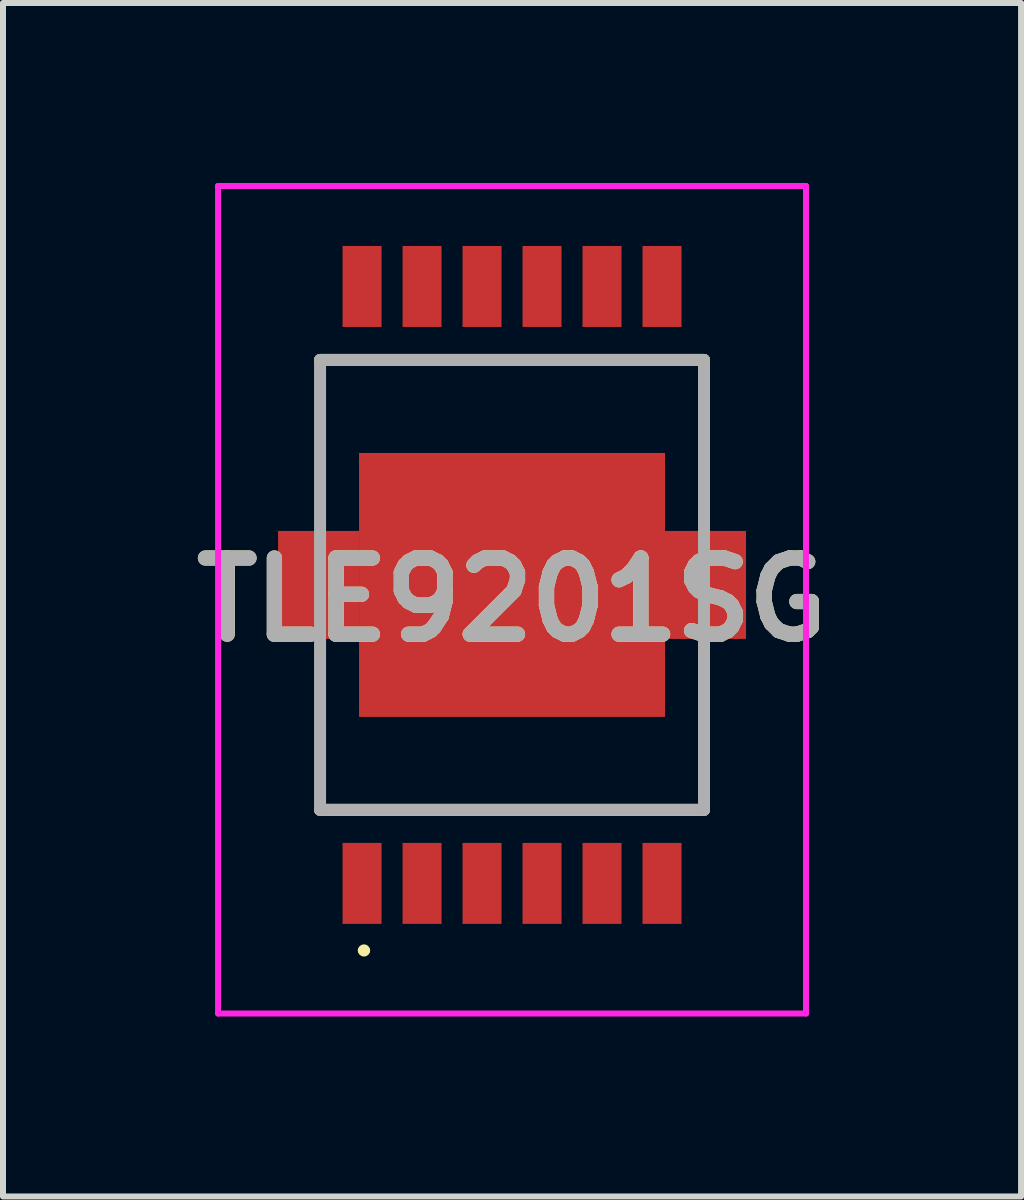
<source format=kicad_pcb>
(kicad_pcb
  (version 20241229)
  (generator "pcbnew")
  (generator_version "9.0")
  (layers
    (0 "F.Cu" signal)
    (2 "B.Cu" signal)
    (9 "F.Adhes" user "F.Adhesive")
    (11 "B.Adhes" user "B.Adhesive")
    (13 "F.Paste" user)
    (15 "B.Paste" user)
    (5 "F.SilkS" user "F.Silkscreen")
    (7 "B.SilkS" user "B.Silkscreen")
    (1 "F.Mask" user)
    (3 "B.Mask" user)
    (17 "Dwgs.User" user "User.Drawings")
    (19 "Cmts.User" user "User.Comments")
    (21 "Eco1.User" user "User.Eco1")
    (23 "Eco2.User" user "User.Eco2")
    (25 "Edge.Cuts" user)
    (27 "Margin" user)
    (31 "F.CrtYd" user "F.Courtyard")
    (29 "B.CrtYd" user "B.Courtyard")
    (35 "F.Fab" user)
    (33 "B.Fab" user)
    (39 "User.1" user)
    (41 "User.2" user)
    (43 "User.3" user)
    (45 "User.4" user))
  (footprint "TLE9201SG"
    (layer "F.Cu")
    (at 5.485 6.7)
    (property "Reference" "TLE9201SG" (at 0 0.247 0) (layer "F.SilkS") (effects (font (size 1.27 1.27) (thickness 0.254))))
    (attr smd)
    (fp_line (start -3.2 -3.75) (end 3.2 -3.75) (stroke (width 0.2) (type solid)) (layer "F.SilkS"))
    (fp_line (start -3.2 3.75) (end 3.2 3.75) (stroke (width 0.2) (type solid)) (layer "F.SilkS"))
    (fp_line (start -2.519 6.093) (end -2.519 6.093) (stroke (width 0.102) (type solid)) (layer "F.SilkS"))
    (fp_line (start -2.417 6.093) (end -2.417 6.093) (stroke (width 0.102) (type solid)) (layer "F.SilkS"))
    (fp_arc (start -2.519 6.093) (mid -2.468 6.042) (end -2.417 6.093) (stroke (width 0.10232) (type solid)) (layer "F.SilkS"))
    (fp_arc (start -2.417 6.093) (mid -2.468 6.144) (end -2.519 6.093) (stroke (width 0.10232) (type solid)) (layer "F.SilkS"))
    (fp_line (start -4.9 -6.65) (end 4.9 -6.65) (stroke (width 0.1) (type solid)) (layer "F.CrtYd"))
    (fp_line (start -4.9 7.144) (end -4.9 -6.65) (stroke (width 0.1) (type solid)) (layer "F.CrtYd"))
    (fp_line (start 4.9 -6.65) (end 4.9 7.144) (stroke (width 0.1) (type solid)) (layer "F.CrtYd"))
    (fp_line (start 4.9 7.144) (end -4.9 7.144) (stroke (width 0.1) (type solid)) (layer "F.CrtYd"))
    (fp_line (start -3.2 -3.75) (end 3.2 -3.75) (stroke (width 0.2) (type solid)) (layer "F.Fab"))
    (fp_line (start -3.2 3.75) (end -3.2 -3.75) (stroke (width 0.2) (type solid)) (layer "F.Fab"))
    (fp_line (start 3.2 -3.75) (end 3.2 3.75) (stroke (width 0.2) (type solid)) (layer "F.Fab"))
    (fp_line (start 3.2 3.75) (end -3.2 3.75) (stroke (width 0.2) (type solid)) (layer "F.Fab"))
    (fp_text user "${REFERENCE}" (at 0 0.247 0) (layer "F.Fab") (effects (font (size 1.27 1.27) (thickness 0.254))))
    (pad "1" smd rect (at -2.5 4.975) (size 0.65 1.35) (layers "F.Cu" "F.Mask" "F.Paste"))
    (pad "2" smd rect (at -1.5 4.975) (size 0.65 1.35) (layers "F.Cu" "F.Mask" "F.Paste"))
    (pad "3" smd rect (at -0.5 4.975) (size 0.65 1.35) (layers "F.Cu" "F.Mask" "F.Paste"))
    (pad "4" smd rect (at 0.5 4.975) (size 0.65 1.35) (layers "F.Cu" "F.Mask" "F.Paste"))
    (pad "5" smd rect (at 1.5 4.975) (size 0.65 1.35) (layers "F.Cu" "F.Mask" "F.Paste"))
    (pad "6" smd rect (at 2.5 4.975) (size 0.65 1.35) (layers "F.Cu" "F.Mask" "F.Paste"))
    (pad "7" smd rect (at 2.5 -4.975) (size 0.65 1.35) (layers "F.Cu" "F.Mask" "F.Paste"))
    (pad "8" smd rect (at 1.5 -4.975) (size 0.65 1.35) (layers "F.Cu" "F.Mask" "F.Paste"))
    (pad "9" smd rect (at 0.5 -4.975) (size 0.65 1.35) (layers "F.Cu" "F.Mask" "F.Paste"))
    (pad "10" smd rect (at -0.5 -4.975) (size 0.65 1.35) (layers "F.Cu" "F.Mask" "F.Paste"))
    (pad "11" smd rect (at -1.5 -4.975) (size 0.65 1.35) (layers "F.Cu" "F.Mask" "F.Paste"))
    (pad "12" smd rect (at -2.5 -4.975) (size 0.65 1.35) (layers "F.Cu" "F.Mask" "F.Paste"))
    (pad "13" smd rect (at 0 0 90) (size 4.4 5.1) (layers "F.Cu" "F.Mask" "F.Paste"))
    (pad "14" smd rect (at -3.225 0) (size 1.35 1.8) (layers "F.Cu" "F.Mask" "F.Paste"))
    (pad "15" smd rect (at 3.225 0) (size 1.35 1.8) (layers "F.Cu" "F.Mask" "F.Paste")))
  (gr_rect
    (start -3 -3)
    (end 13.97 16.894)
    (stroke (width 0.1) (type default))
    (fill no)
    (layer "Edge.Cuts")))
</source>
